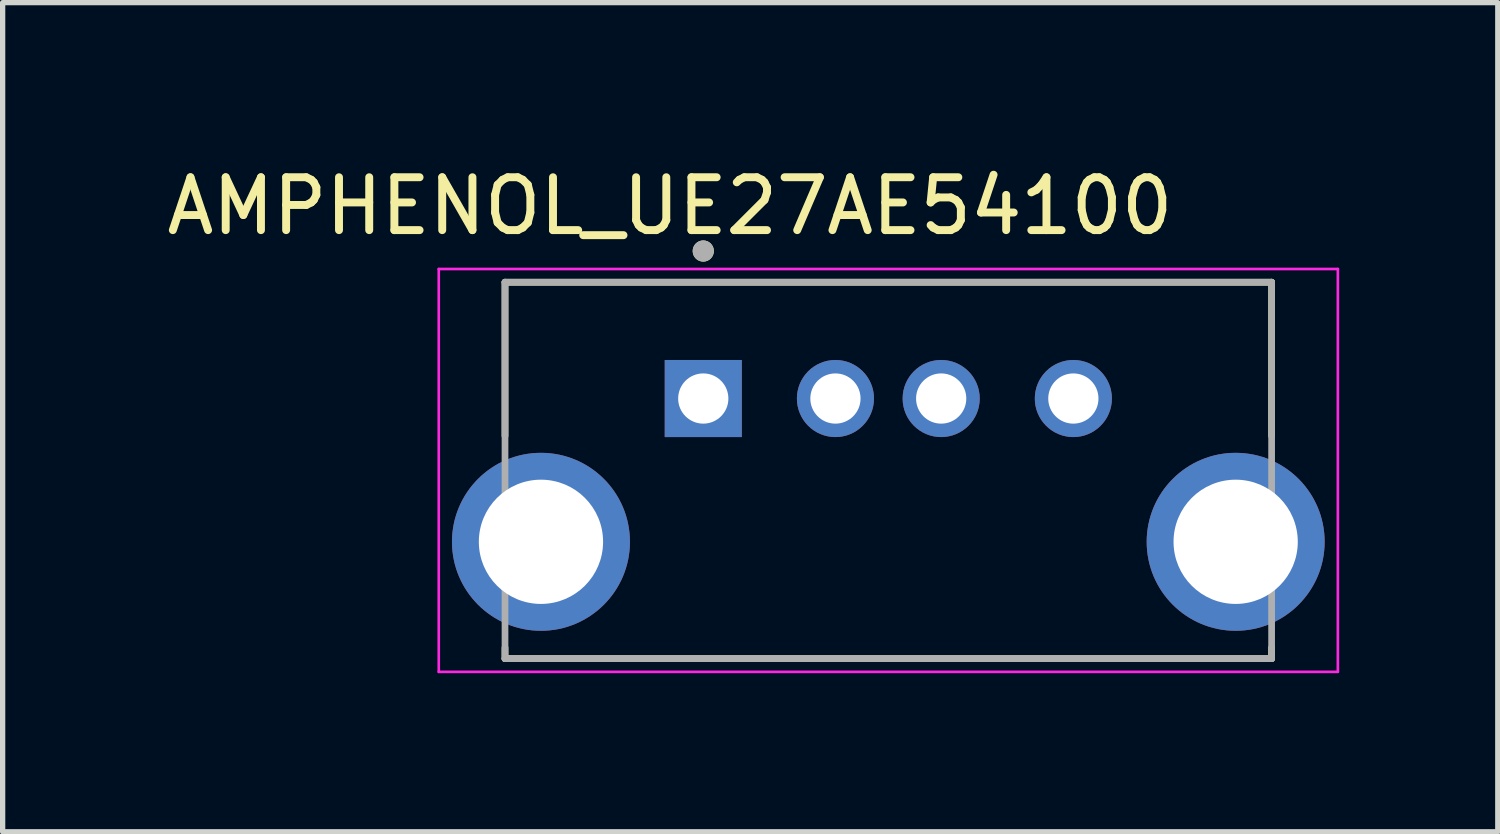
<source format=kicad_pcb>
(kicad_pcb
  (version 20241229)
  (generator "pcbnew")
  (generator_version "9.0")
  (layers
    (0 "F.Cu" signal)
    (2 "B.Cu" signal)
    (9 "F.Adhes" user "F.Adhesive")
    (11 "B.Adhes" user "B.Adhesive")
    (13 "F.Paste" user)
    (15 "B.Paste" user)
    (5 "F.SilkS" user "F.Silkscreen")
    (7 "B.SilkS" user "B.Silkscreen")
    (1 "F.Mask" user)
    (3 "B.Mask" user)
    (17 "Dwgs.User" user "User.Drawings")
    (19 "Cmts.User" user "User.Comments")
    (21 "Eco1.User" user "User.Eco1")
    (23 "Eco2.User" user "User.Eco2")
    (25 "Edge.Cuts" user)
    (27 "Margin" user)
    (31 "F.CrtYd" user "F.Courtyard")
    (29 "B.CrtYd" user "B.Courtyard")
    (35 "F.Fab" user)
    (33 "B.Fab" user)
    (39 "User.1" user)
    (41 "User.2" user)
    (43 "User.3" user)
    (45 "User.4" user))
  (footprint "AMPHENOL_UE27AE54100"
    (layer "F.Cu")
    (at 13.752 7.198)
    (property "Reference" "AMPHENOL_UE27AE54100" (at -4.128 -6.35 0) (layer "F.SilkS") (effects (font (size 1 1) (thickness 0.15))))
    (attr through_hole)
    (fp_line (start -7.25 -4.91) (end 7.25 -4.91) (stroke (width 0.127) (type solid)) (layer "F.SilkS"))
    (fp_line (start -7.25 -2.003) (end -7.25 -4.91) (stroke (width 0.127) (type solid)) (layer "F.SilkS"))
    (fp_line (start -7.25 2.21) (end -7.25 2.003) (stroke (width 0.127) (type solid)) (layer "F.SilkS"))
    (fp_line (start 7.25 -4.91) (end 7.25 -2.003) (stroke (width 0.127) (type solid)) (layer "F.SilkS"))
    (fp_line (start 7.25 2.21) (end -7.25 2.21) (stroke (width 0.127) (type solid)) (layer "F.SilkS"))
    (fp_line (start 7.25 2.21) (end 7.25 2.003) (stroke (width 0.127) (type solid)) (layer "F.SilkS"))
    (fp_circle (center -3.5 -5.5) (end -3.4 -5.5) (stroke (width 0.2) (type solid)) (fill no) (layer "F.SilkS"))
    (fp_line (start -8.503 -5.16) (end -8.503 2.46) (stroke (width 0.05) (type solid)) (layer "F.CrtYd"))
    (fp_line (start -8.503 2.46) (end 8.503 2.46) (stroke (width 0.05) (type solid)) (layer "F.CrtYd"))
    (fp_line (start 8.503 -5.16) (end -8.503 -5.16) (stroke (width 0.05) (type solid)) (layer "F.CrtYd"))
    (fp_line (start 8.503 2.46) (end 8.503 -5.16) (stroke (width 0.05) (type solid)) (layer "F.CrtYd"))
    (fp_line (start -7.25 -4.91) (end 7.25 -4.91) (stroke (width 0.127) (type solid)) (layer "F.Fab"))
    (fp_line (start -7.25 2.21) (end -7.25 -4.91) (stroke (width 0.127) (type solid)) (layer "F.Fab"))
    (fp_line (start 7.25 -4.91) (end 7.25 2.21) (stroke (width 0.127) (type solid)) (layer "F.Fab"))
    (fp_line (start 7.25 2.21) (end -7.25 2.21) (stroke (width 0.127) (type solid)) (layer "F.Fab"))
    (fp_circle (center -3.5 -5.5) (end -3.4 -5.5) (stroke (width 0.2) (type solid)) (fill no) (layer "F.Fab"))
    (pad "1" thru_hole rect (at -3.5 -2.71) (size 1.458 1.458) (drill 0.95) (layers "*.Cu" "*.Mask"))
    (pad "2" thru_hole circle (at -1 -2.71) (size 1.458 1.458) (drill 0.95) (layers "*.Cu" "*.Mask"))
    (pad "3" thru_hole circle (at 1 -2.71) (size 1.458 1.458) (drill 0.95) (layers "*.Cu" "*.Mask"))
    (pad "4" thru_hole circle (at 3.5 -2.71) (size 1.458 1.458) (drill 0.95) (layers "*.Cu" "*.Mask"))
    (pad "SH1" thru_hole circle (at -6.57 0) (size 3.366 3.366) (drill 2.35) (layers "*.Cu" "*.Mask"))
    (pad "SH2" thru_hole circle (at 6.57 0) (size 3.366 3.366) (drill 2.35) (layers "*.Cu" "*.Mask")))
  (gr_rect
    (start -3 -3)
    (end 25.28 12.683)
    (stroke (width 0.1) (type default))
    (fill no)
    (layer "Edge.Cuts")))
</source>
